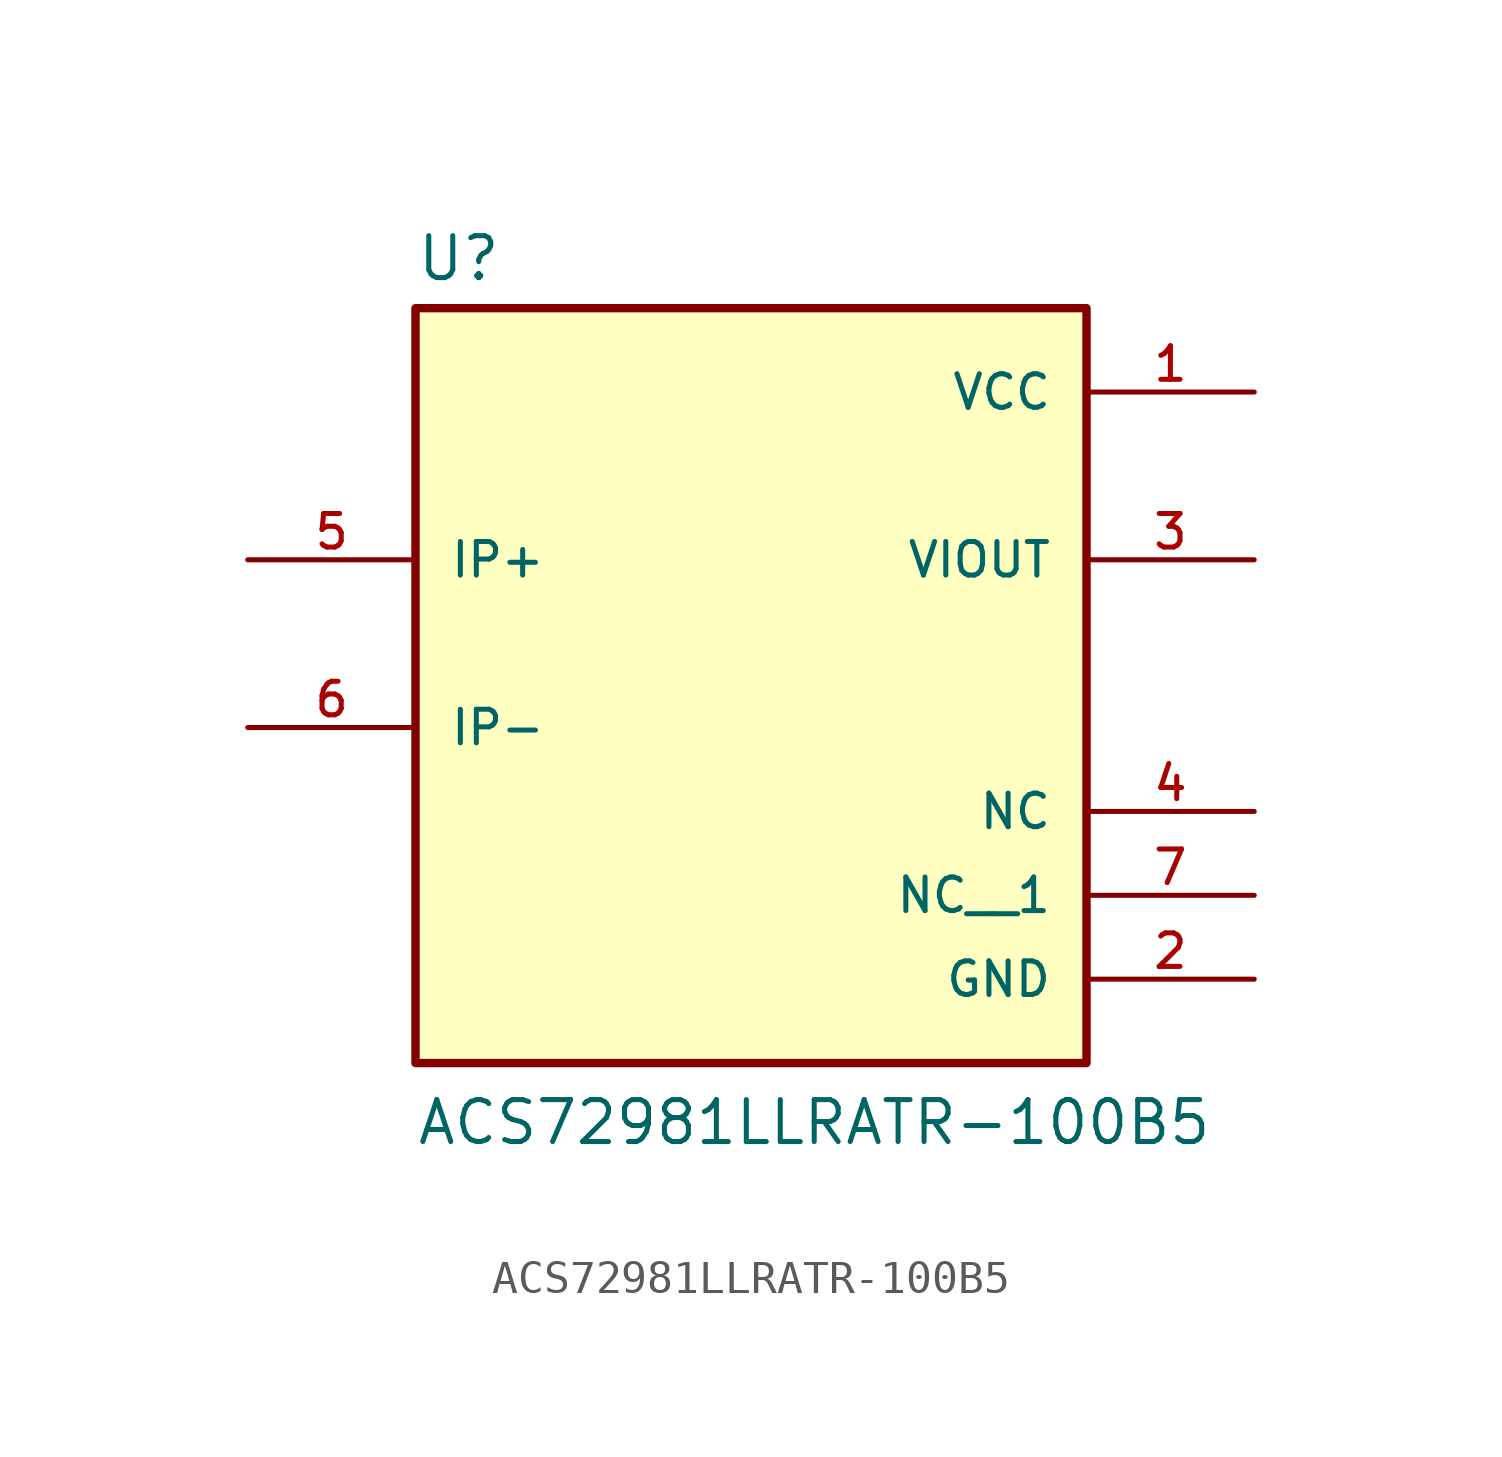
<source format=kicad_sym>
(kicad_symbol_lib
  (version 20211014)
  (generator kicad_symbol_editor)
  (symbol "ACS72981LLRATR-100B5"
    (pin_names
      (offset 1.016))
    (property "Reference" "U"
      (at -10.16 10.922 0)
      (effects (font (size 1.27 1.27)) (justify bottom left)))
    (property "Value" "ACS72981LLRATR-100B5"
      (at -10.16 -15.24 0)
      (effects (font (size 1.27 1.27)) (justify bottom left)))
    (symbol "ACS72981LLRATR-100B5_0_0"
      (rectangle (start -10.16 -12.7) (end 10.16 10.16) (stroke (width 0.254)) (fill (type background)))
      (pin power_in line (at 15.24 7.62 180.0) (length 5.08) (name "VCC" (effects (font (size 1.016 1.016)))) (number "1" (effects (font (size 1.016 1.016)))))
      (pin power_in line (at 15.24 -10.16 180.0) (length 5.08) (name "GND" (effects (font (size 1.016 1.016)))) (number "2" (effects (font (size 1.016 1.016)))))
      (pin output line (at 15.24 2.54 180.0) (length 5.08) (name "VIOUT" (effects (font (size 1.016 1.016)))) (number "3" (effects (font (size 1.016 1.016)))))
      (pin passive line (at 15.24 -5.08 180.0) (length 5.08) (name "NC" (effects (font (size 1.016 1.016)))) (number "4" (effects (font (size 1.016 1.016)))))
      (pin input line (at -15.24 2.54 0) (length 5.08) (name "IP+" (effects (font (size 1.016 1.016)))) (number "5" (effects (font (size 1.016 1.016)))))
      (pin input line (at -15.24 -2.54 0) (length 5.08) (name "IP-" (effects (font (size 1.016 1.016)))) (number "6" (effects (font (size 1.016 1.016)))))
      (pin passive line (at 15.24 -7.62 180.0) (length 5.08) (name "NC__1" (effects (font (size 1.016 1.016)))) (number "7" (effects (font (size 1.016 1.016))))))))
</source>
